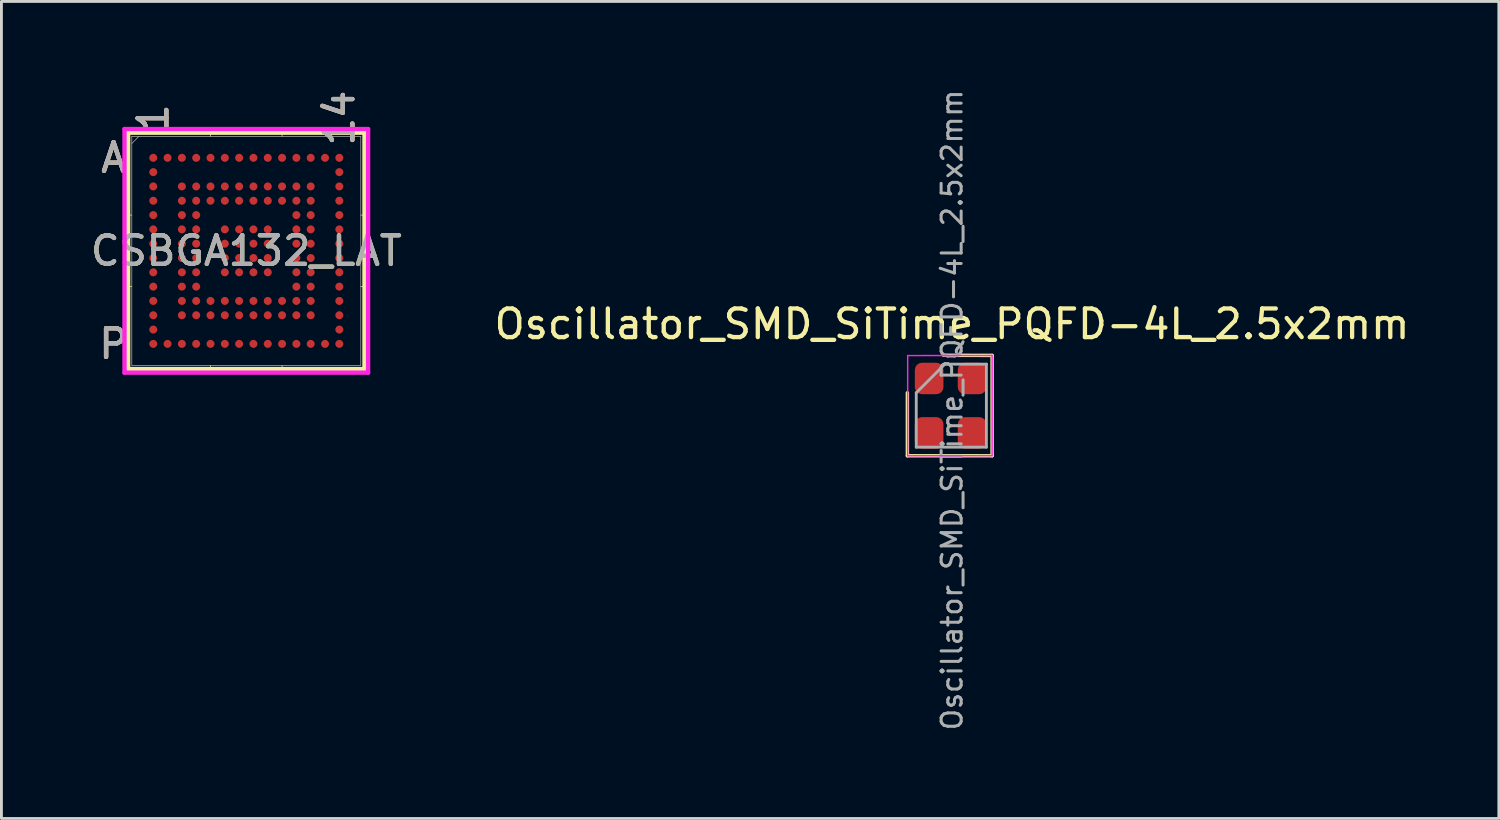
<source format=kicad_pcb>
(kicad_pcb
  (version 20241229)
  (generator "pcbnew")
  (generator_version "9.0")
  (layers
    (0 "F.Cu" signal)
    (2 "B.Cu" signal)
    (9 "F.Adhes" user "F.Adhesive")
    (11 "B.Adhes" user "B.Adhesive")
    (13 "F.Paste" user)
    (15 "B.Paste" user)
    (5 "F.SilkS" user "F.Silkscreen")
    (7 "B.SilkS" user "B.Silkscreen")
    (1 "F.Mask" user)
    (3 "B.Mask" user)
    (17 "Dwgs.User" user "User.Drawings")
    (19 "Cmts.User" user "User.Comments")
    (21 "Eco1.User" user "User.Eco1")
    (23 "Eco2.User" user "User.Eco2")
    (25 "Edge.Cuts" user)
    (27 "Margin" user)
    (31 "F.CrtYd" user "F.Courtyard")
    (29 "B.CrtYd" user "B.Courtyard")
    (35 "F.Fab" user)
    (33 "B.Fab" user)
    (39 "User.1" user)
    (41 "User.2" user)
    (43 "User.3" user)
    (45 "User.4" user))
  (footprint "Oscillator_SMD_SiTime_PQFD-4L_2.5x2mm"
    (layer "F.Cu")
    (at 30.208 11.271)
    (property "Reference" "Oscillator_SMD_SiTime_PQFD-4L_2.5x2mm" (at 0 -3 0) (layer "F.SilkS") (effects (font (size 1 1) (thickness 0.15))))
    (attr smd)
    (fp_line (start -1.56 -0.6) (end -1.56 1.6) (stroke (width 0.12) (type solid)) (layer "F.SilkS"))
    (fp_line (start 1.4 -1.905) (end -0.3 -1.91) (stroke (width 0.12) (type solid)) (layer "F.SilkS"))
    (fp_line (start 1.4 -1.905) (end 1.4 1.6) (stroke (width 0.12) (type solid)) (layer "F.SilkS"))
    (fp_line (start 1.4 1.6) (end -1.56 1.6) (stroke (width 0.12) (type solid)) (layer "F.SilkS"))
    (fp_line (start -1.55 -1.9) (end -1.55 1.6) (stroke (width 0.05) (type solid)) (layer "F.CrtYd"))
    (fp_line (start -1.55 1.6) (end 1.4 1.597) (stroke (width 0.05) (type solid)) (layer "F.CrtYd"))
    (fp_line (start 1.4 -1.903) (end -1.55 -1.9) (stroke (width 0.05) (type solid)) (layer "F.CrtYd"))
    (fp_line (start 1.4 1.597) (end 1.4 -1.903) (stroke (width 0.05) (type solid)) (layer "F.CrtYd"))
    (fp_line (start -1.25 1.3) (end -1.25 -0.6) (stroke (width 0.1) (type solid)) (layer "F.Fab"))
    (fp_line (start -0.25 -1.6) (end -1.25 -0.6) (stroke (width 0.1) (type solid)) (layer "F.Fab"))
    (fp_line (start -0.25 -1.6) (end 1.2 -1.6) (stroke (width 0.1) (type solid)) (layer "F.Fab"))
    (fp_line (start 1.2 -1.6) (end 1.2 1.3) (stroke (width 0.1) (type solid)) (layer "F.Fab"))
    (fp_line (start 1.2 1.3) (end -1.25 1.3) (stroke (width 0.1) (type solid)) (layer "F.Fab"))
    (fp_text user "${REFERENCE}" (at 0 0 270) (layer "F.Fab") (effects (font (size 0.7 0.7) (thickness 0.105))))
    (pad "1" smd roundrect (at 0.7 -1.1) (size 1 1.1) (layers "F.Cu" "F.Mask" "F.Paste") (roundrect_rratio 0.25))
    (pad "2" smd roundrect (at 0.7 0.8) (size 1 1.1) (layers "F.Cu" "F.Mask" "F.Paste") (roundrect_rratio 0.25))
    (pad "3" smd roundrect (at -0.8 0.8) (size 1 1.1) (layers "F.Cu" "F.Mask" "F.Paste") (roundrect_rratio 0.25))
    (pad "4" smd roundrect (at -0.8 -1.1) (size 1 1.1) (layers "F.Cu" "F.Mask" "F.Paste") (roundrect_rratio 0.25)))
  (footprint "CSBGA132_LAT"
    (layer "F.Cu")
    (at 5.554 5.713)
    (property "Reference" "CSBGA132_LAT" (at 0 0 0) (unlocked yes) (layer "F.SilkS") (effects (font (size 1 1) (thickness 0.15))))
    (attr smd)
    (fp_line (start -4.128 -4.128) (end -4.128 4.128) (stroke (width 0.152) (type solid)) (layer "F.SilkS"))
    (fp_line (start -4.128 4.128) (end 4.128 4.128) (stroke (width 0.152) (type solid)) (layer "F.SilkS"))
    (fp_line (start -4 -1.25) (end -4.255 -1.25) (stroke (width 0.025) (type solid)) (layer "F.SilkS"))
    (fp_line (start -4 1.25) (end -4.255 1.25) (stroke (width 0.025) (type solid)) (layer "F.SilkS"))
    (fp_line (start -1.25 -4) (end -1.25 -4.255) (stroke (width 0.025) (type solid)) (layer "F.SilkS"))
    (fp_line (start -1.25 4) (end -1.25 4.255) (stroke (width 0.025) (type solid)) (layer "F.SilkS"))
    (fp_line (start 1.25 -4) (end 1.25 -4.255) (stroke (width 0.025) (type solid)) (layer "F.SilkS"))
    (fp_line (start 1.25 4) (end 1.25 4.255) (stroke (width 0.025) (type solid)) (layer "F.SilkS"))
    (fp_line (start 4 -1.25) (end 4.255 -1.25) (stroke (width 0.025) (type solid)) (layer "F.SilkS"))
    (fp_line (start 4 1.25) (end 4.255 1.25) (stroke (width 0.025) (type solid)) (layer "F.SilkS"))
    (fp_line (start 4.128 -4.128) (end -4.128 -4.128) (stroke (width 0.152) (type solid)) (layer "F.SilkS"))
    (fp_line (start 4.128 4.128) (end 4.128 -4.128) (stroke (width 0.152) (type solid)) (layer "F.SilkS"))
    (fp_poly (pts (xy -3.945 -3.945) (xy 3.945 -3.945) (xy 3.945 3.945) (xy -3.945 3.945)) (stroke (width 0.1) (type solid)) (fill no) (layer "Eco2.User"))
    (fp_line (start -4.255 -4.255) (end 4.255 -4.255) (stroke (width 0.152) (type solid)) (layer "F.CrtYd"))
    (fp_line (start -4.255 4.255) (end -4.255 -4.255) (stroke (width 0.152) (type solid)) (layer "F.CrtYd"))
    (fp_line (start 4.255 -4.255) (end 4.255 4.255) (stroke (width 0.152) (type solid)) (layer "F.CrtYd"))
    (fp_line (start 4.255 4.255) (end -4.255 4.255) (stroke (width 0.152) (type solid)) (layer "F.CrtYd"))
    (fp_line (start -4 -4) (end -4 4) (stroke (width 0.025) (type solid)) (layer "F.Fab"))
    (fp_line (start -4 4) (end 4 4) (stroke (width 0.025) (type solid)) (layer "F.Fab"))
    (fp_line (start -3.751 -4) (end -4 -3.751) (stroke (width 0.025) (type solid)) (layer "F.Fab"))
    (fp_line (start 4 -4) (end -4 -4) (stroke (width 0.025) (type solid)) (layer "F.Fab"))
    (fp_line (start 4 4) (end 4 -4) (stroke (width 0.025) (type solid)) (layer "F.Fab"))
    (fp_text user "1" (at -3.25 -4.636 90) (unlocked yes) (layer "F.SilkS") (effects (font (size 1 1) (thickness 0.15))))
    (fp_text user "A" (at -4.636 -3.25 0) (unlocked yes) (layer "F.SilkS") (effects (font (size 1 1) (thickness 0.15))))
    (fp_text user "P" (at -4.636 3.25 0) (unlocked yes) (layer "F.SilkS") (effects (font (size 1 1) (thickness 0.15))))
    (fp_text user "14" (at 3.25 -4.636 90) (unlocked yes) (layer "F.SilkS") (effects (font (size 1 1) (thickness 0.15))))
    (fp_text user "1" (at -3.25 -4.636 90) (unlocked yes) (layer "B.SilkS") (effects (font (size 1 1) (thickness 0.15))))
    (fp_text user "A" (at -4.636 -3.25 0) (unlocked yes) (layer "B.SilkS") (effects (font (size 1 1) (thickness 0.15))))
    (fp_text user "P" (at -4.636 3.25 0) (unlocked yes) (layer "B.SilkS") (effects (font (size 1 1) (thickness 0.15))))
    (fp_text user "14" (at 3.25 -4.636 90) (unlocked yes) (layer "B.SilkS") (effects (font (size 1 1) (thickness 0.15))))
    (fp_text user "P" (at -4.636 3.25 0) (unlocked yes) (layer "F.Fab") (effects (font (size 1 1) (thickness 0.15))))
    (fp_text user "1" (at -3.25 -4.636 90) (unlocked yes) (layer "F.Fab") (effects (font (size 1 1) (thickness 0.15))))
    (fp_text user "A" (at -4.636 -3.25 0) (unlocked yes) (layer "F.Fab") (effects (font (size 1 1) (thickness 0.15))))
    (fp_text user "${REFERENCE}" (at 0 0 0) (unlocked yes) (layer "F.Fab") (effects (font (size 1 1) (thickness 0.15))))
    (fp_text user "14" (at 3.25 -4.636 90) (unlocked yes) (layer "F.Fab") (effects (font (size 1 1) (thickness 0.15))))
    (pad "A1" smd circle (at -3.25 -3.25) (size 0.279 0.279) (layers "F.Cu" "F.Mask" "F.Paste"))
    (pad "A2" smd circle (at -2.75 -3.25) (size 0.279 0.279) (layers "F.Cu" "F.Mask" "F.Paste"))
    (pad "A3" smd circle (at -2.25 -3.25) (size 0.279 0.279) (layers "F.Cu" "F.Mask" "F.Paste"))
    (pad "A4" smd circle (at -1.75 -3.25) (size 0.279 0.279) (layers "F.Cu" "F.Mask" "F.Paste"))
    (pad "A5" smd circle (at -1.25 -3.25) (size 0.279 0.279) (layers "F.Cu" "F.Mask" "F.Paste"))
    (pad "A6" smd circle (at -0.75 -3.25) (size 0.279 0.279) (layers "F.Cu" "F.Mask" "F.Paste"))
    (pad "A7" smd circle (at -0.25 -3.25) (size 0.279 0.279) (layers "F.Cu" "F.Mask" "F.Paste"))
    (pad "A8" smd circle (at 0.25 -3.25) (size 0.279 0.279) (layers "F.Cu" "F.Mask" "F.Paste"))
    (pad "A9" smd circle (at 0.75 -3.25) (size 0.279 0.279) (layers "F.Cu" "F.Mask" "F.Paste"))
    (pad "A10" smd circle (at 1.25 -3.25) (size 0.279 0.279) (layers "F.Cu" "F.Mask" "F.Paste"))
    (pad "A11" smd circle (at 1.75 -3.25) (size 0.279 0.279) (layers "F.Cu" "F.Mask" "F.Paste"))
    (pad "A12" smd circle (at 2.25 -3.25) (size 0.279 0.279) (layers "F.Cu" "F.Mask" "F.Paste"))
    (pad "A13" smd circle (at 2.75 -3.25) (size 0.279 0.279) (layers "F.Cu" "F.Mask" "F.Paste"))
    (pad "A14" smd circle (at 3.25 -3.25) (size 0.279 0.279) (layers "F.Cu" "F.Mask" "F.Paste"))
    (pad "B1" smd circle (at -3.25 -2.75) (size 0.279 0.279) (layers "F.Cu" "F.Mask" "F.Paste"))
    (pad "B14" smd circle (at 3.25 -2.75) (size 0.279 0.279) (layers "F.Cu" "F.Mask" "F.Paste"))
    (pad "C1" smd circle (at -3.25 -2.25) (size 0.279 0.279) (layers "F.Cu" "F.Mask" "F.Paste"))
    (pad "C3" smd circle (at -2.25 -2.25) (size 0.279 0.279) (layers "F.Cu" "F.Mask" "F.Paste"))
    (pad "C4" smd circle (at -1.75 -2.25) (size 0.279 0.279) (layers "F.Cu" "F.Mask" "F.Paste"))
    (pad "C5" smd circle (at -1.25 -2.25) (size 0.279 0.279) (layers "F.Cu" "F.Mask" "F.Paste"))
    (pad "C6" smd circle (at -0.75 -2.25) (size 0.279 0.279) (layers "F.Cu" "F.Mask" "F.Paste"))
    (pad "C7" smd circle (at -0.25 -2.25) (size 0.279 0.279) (layers "F.Cu" "F.Mask" "F.Paste"))
    (pad "C8" smd circle (at 0.25 -2.25) (size 0.279 0.279) (layers "F.Cu" "F.Mask" "F.Paste"))
    (pad "C9" smd circle (at 0.75 -2.25) (size 0.279 0.279) (layers "F.Cu" "F.Mask" "F.Paste"))
    (pad "C10" smd circle (at 1.25 -2.25) (size 0.279 0.279) (layers "F.Cu" "F.Mask" "F.Paste"))
    (pad "C11" smd circle (at 1.75 -2.25) (size 0.279 0.279) (layers "F.Cu" "F.Mask" "F.Paste"))
    (pad "C12" smd circle (at 2.25 -2.25) (size 0.279 0.279) (layers "F.Cu" "F.Mask" "F.Paste"))
    (pad "C14" smd circle (at 3.25 -2.25) (size 0.279 0.279) (layers "F.Cu" "F.Mask" "F.Paste"))
    (pad "D1" smd circle (at -3.25 -1.75) (size 0.279 0.279) (layers "F.Cu" "F.Mask" "F.Paste"))
    (pad "D3" smd circle (at -2.25 -1.75) (size 0.279 0.279) (layers "F.Cu" "F.Mask" "F.Paste"))
    (pad "D4" smd circle (at -1.75 -1.75) (size 0.279 0.279) (layers "F.Cu" "F.Mask" "F.Paste"))
    (pad "D5" smd circle (at -1.25 -1.75) (size 0.279 0.279) (layers "F.Cu" "F.Mask" "F.Paste"))
    (pad "D6" smd circle (at -0.75 -1.75) (size 0.279 0.279) (layers "F.Cu" "F.Mask" "F.Paste"))
    (pad "D7" smd circle (at -0.25 -1.75) (size 0.279 0.279) (layers "F.Cu" "F.Mask" "F.Paste"))
    (pad "D8" smd circle (at 0.25 -1.75) (size 0.279 0.279) (layers "F.Cu" "F.Mask" "F.Paste"))
    (pad "D9" smd circle (at 0.75 -1.75) (size 0.279 0.279) (layers "F.Cu" "F.Mask" "F.Paste"))
    (pad "D10" smd circle (at 1.25 -1.75) (size 0.279 0.279) (layers "F.Cu" "F.Mask" "F.Paste"))
    (pad "D11" smd circle (at 1.75 -1.75) (size 0.279 0.279) (layers "F.Cu" "F.Mask" "F.Paste"))
    (pad "D12" smd circle (at 2.25 -1.75) (size 0.279 0.279) (layers "F.Cu" "F.Mask" "F.Paste"))
    (pad "D14" smd circle (at 3.25 -1.75) (size 0.279 0.279) (layers "F.Cu" "F.Mask" "F.Paste"))
    (pad "E1" smd circle (at -3.25 -1.25) (size 0.279 0.279) (layers "F.Cu" "F.Mask" "F.Paste"))
    (pad "E3" smd circle (at -2.25 -1.25) (size 0.279 0.279) (layers "F.Cu" "F.Mask" "F.Paste"))
    (pad "E4" smd circle (at -1.75 -1.25) (size 0.279 0.279) (layers "F.Cu" "F.Mask" "F.Paste"))
    (pad "E11" smd circle (at 1.75 -1.25) (size 0.279 0.279) (layers "F.Cu" "F.Mask" "F.Paste"))
    (pad "E12" smd circle (at 2.25 -1.25) (size 0.279 0.279) (layers "F.Cu" "F.Mask" "F.Paste"))
    (pad "E14" smd circle (at 3.25 -1.25) (size 0.279 0.279) (layers "F.Cu" "F.Mask" "F.Paste"))
    (pad "F1" smd circle (at -3.25 -0.75) (size 0.279 0.279) (layers "F.Cu" "F.Mask" "F.Paste"))
    (pad "F3" smd circle (at -2.25 -0.75) (size 0.279 0.279) (layers "F.Cu" "F.Mask" "F.Paste"))
    (pad "F4" smd circle (at -1.75 -0.75) (size 0.279 0.279) (layers "F.Cu" "F.Mask" "F.Paste"))
    (pad "F6" smd circle (at -0.75 -0.75) (size 0.279 0.279) (layers "F.Cu" "F.Mask" "F.Paste"))
    (pad "F7" smd circle (at -0.25 -0.75) (size 0.279 0.279) (layers "F.Cu" "F.Mask" "F.Paste"))
    (pad "F8" smd circle (at 0.25 -0.75) (size 0.279 0.279) (layers "F.Cu" "F.Mask" "F.Paste"))
    (pad "F9" smd circle (at 0.75 -0.75) (size 0.279 0.279) (layers "F.Cu" "F.Mask" "F.Paste"))
    (pad "F11" smd circle (at 1.75 -0.75) (size 0.279 0.279) (layers "F.Cu" "F.Mask" "F.Paste"))
    (pad "F12" smd circle (at 2.25 -0.75) (size 0.279 0.279) (layers "F.Cu" "F.Mask" "F.Paste"))
    (pad "F14" smd circle (at 3.25 -0.75) (size 0.279 0.279) (layers "F.Cu" "F.Mask" "F.Paste"))
    (pad "G1" smd circle (at -3.25 -0.25) (size 0.279 0.279) (layers "F.Cu" "F.Mask" "F.Paste"))
    (pad "G3" smd circle (at -2.25 -0.25) (size 0.279 0.279) (layers "F.Cu" "F.Mask" "F.Paste"))
    (pad "G4" smd circle (at -1.75 -0.25) (size 0.279 0.279) (layers "F.Cu" "F.Mask" "F.Paste"))
    (pad "G6" smd circle (at -0.75 -0.25) (size 0.279 0.279) (layers "F.Cu" "F.Mask" "F.Paste"))
    (pad "G7" smd circle (at -0.25 -0.25) (size 0.279 0.279) (layers "F.Cu" "F.Mask" "F.Paste"))
    (pad "G8" smd circle (at 0.25 -0.25) (size 0.279 0.279) (layers "F.Cu" "F.Mask" "F.Paste"))
    (pad "G9" smd circle (at 0.75 -0.25) (size 0.279 0.279) (layers "F.Cu" "F.Mask" "F.Paste"))
    (pad "G11" smd circle (at 1.75 -0.25) (size 0.279 0.279) (layers "F.Cu" "F.Mask" "F.Paste"))
    (pad "G12" smd circle (at 2.25 -0.25) (size 0.279 0.279) (layers "F.Cu" "F.Mask" "F.Paste"))
    (pad "G14" smd circle (at 3.25 -0.25) (size 0.279 0.279) (layers "F.Cu" "F.Mask" "F.Paste"))
    (pad "H1" smd circle (at -3.25 0.25) (size 0.279 0.279) (layers "F.Cu" "F.Mask" "F.Paste"))
    (pad "H3" smd circle (at -2.25 0.25) (size 0.279 0.279) (layers "F.Cu" "F.Mask" "F.Paste"))
    (pad "H4" smd circle (at -1.75 0.25) (size 0.279 0.279) (layers "F.Cu" "F.Mask" "F.Paste"))
    (pad "H6" smd circle (at -0.75 0.25) (size 0.279 0.279) (layers "F.Cu" "F.Mask" "F.Paste"))
    (pad "H7" smd circle (at -0.25 0.25) (size 0.279 0.279) (layers "F.Cu" "F.Mask" "F.Paste"))
    (pad "H8" smd circle (at 0.25 0.25) (size 0.279 0.279) (layers "F.Cu" "F.Mask" "F.Paste"))
    (pad "H9" smd circle (at 0.75 0.25) (size 0.279 0.279) (layers "F.Cu" "F.Mask" "F.Paste"))
    (pad "H11" smd circle (at 1.75 0.25) (size 0.279 0.279) (layers "F.Cu" "F.Mask" "F.Paste"))
    (pad "H12" smd circle (at 2.25 0.25) (size 0.279 0.279) (layers "F.Cu" "F.Mask" "F.Paste"))
    (pad "H14" smd circle (at 3.25 0.25) (size 0.279 0.279) (layers "F.Cu" "F.Mask" "F.Paste"))
    (pad "J1" smd circle (at -3.25 0.75) (size 0.279 0.279) (layers "F.Cu" "F.Mask" "F.Paste"))
    (pad "J3" smd circle (at -2.25 0.75) (size 0.279 0.279) (layers "F.Cu" "F.Mask" "F.Paste"))
    (pad "J4" smd circle (at -1.75 0.75) (size 0.279 0.279) (layers "F.Cu" "F.Mask" "F.Paste"))
    (pad "J6" smd circle (at -0.75 0.75) (size 0.279 0.279) (layers "F.Cu" "F.Mask" "F.Paste"))
    (pad "J7" smd circle (at -0.25 0.75) (size 0.279 0.279) (layers "F.Cu" "F.Mask" "F.Paste"))
    (pad "J8" smd circle (at 0.25 0.75) (size 0.279 0.279) (layers "F.Cu" "F.Mask" "F.Paste"))
    (pad "J9" smd circle (at 0.75 0.75) (size 0.279 0.279) (layers "F.Cu" "F.Mask" "F.Paste"))
    (pad "J11" smd circle (at 1.75 0.75) (size 0.279 0.279) (layers "F.Cu" "F.Mask" "F.Paste"))
    (pad "J12" smd circle (at 2.25 0.75) (size 0.279 0.279) (layers "F.Cu" "F.Mask" "F.Paste"))
    (pad "J14" smd circle (at 3.25 0.75) (size 0.279 0.279) (layers "F.Cu" "F.Mask" "F.Paste"))
    (pad "K1" smd circle (at -3.25 1.25) (size 0.279 0.279) (layers "F.Cu" "F.Mask" "F.Paste"))
    (pad "K3" smd circle (at -2.25 1.25) (size 0.279 0.279) (layers "F.Cu" "F.Mask" "F.Paste"))
    (pad "K4" smd circle (at -1.75 1.25) (size 0.279 0.279) (layers "F.Cu" "F.Mask" "F.Paste"))
    (pad "K11" smd circle (at 1.75 1.25) (size 0.279 0.279) (layers "F.Cu" "F.Mask" "F.Paste"))
    (pad "K12" smd circle (at 2.25 1.25) (size 0.279 0.279) (layers "F.Cu" "F.Mask" "F.Paste"))
    (pad "K14" smd circle (at 3.25 1.25) (size 0.279 0.279) (layers "F.Cu" "F.Mask" "F.Paste"))
    (pad "L1" smd circle (at -3.25 1.75) (size 0.279 0.279) (layers "F.Cu" "F.Mask" "F.Paste"))
    (pad "L3" smd circle (at -2.25 1.75) (size 0.279 0.279) (layers "F.Cu" "F.Mask" "F.Paste"))
    (pad "L4" smd circle (at -1.75 1.75) (size 0.279 0.279) (layers "F.Cu" "F.Mask" "F.Paste"))
    (pad "L5" smd circle (at -1.25 1.75) (size 0.279 0.279) (layers "F.Cu" "F.Mask" "F.Paste"))
    (pad "L6" smd circle (at -0.75 1.75) (size 0.279 0.279) (layers "F.Cu" "F.Mask" "F.Paste"))
    (pad "L7" smd circle (at -0.25 1.75) (size 0.279 0.279) (layers "F.Cu" "F.Mask" "F.Paste"))
    (pad "L8" smd circle (at 0.25 1.75) (size 0.279 0.279) (layers "F.Cu" "F.Mask" "F.Paste"))
    (pad "L9" smd circle (at 0.75 1.75) (size 0.279 0.279) (layers "F.Cu" "F.Mask" "F.Paste"))
    (pad "L10" smd circle (at 1.25 1.75) (size 0.279 0.279) (layers "F.Cu" "F.Mask" "F.Paste"))
    (pad "L11" smd circle (at 1.75 1.75) (size 0.279 0.279) (layers "F.Cu" "F.Mask" "F.Paste"))
    (pad "L12" smd circle (at 2.25 1.75) (size 0.279 0.279) (layers "F.Cu" "F.Mask" "F.Paste"))
    (pad "L14" smd circle (at 3.25 1.75) (size 0.279 0.279) (layers "F.Cu" "F.Mask" "F.Paste"))
    (pad "M1" smd circle (at -3.25 2.25) (size 0.279 0.279) (layers "F.Cu" "F.Mask" "F.Paste"))
    (pad "M3" smd circle (at -2.25 2.25) (size 0.279 0.279) (layers "F.Cu" "F.Mask" "F.Paste"))
    (pad "M4" smd circle (at -1.75 2.25) (size 0.279 0.279) (layers "F.Cu" "F.Mask" "F.Paste"))
    (pad "M5" smd circle (at -1.25 2.25) (size 0.279 0.279) (layers "F.Cu" "F.Mask" "F.Paste"))
    (pad "M6" smd circle (at -0.75 2.25) (size 0.279 0.279) (layers "F.Cu" "F.Mask" "F.Paste"))
    (pad "M7" smd circle (at -0.25 2.25) (size 0.279 0.279) (layers "F.Cu" "F.Mask" "F.Paste"))
    (pad "M8" smd circle (at 0.25 2.25) (size 0.279 0.279) (layers "F.Cu" "F.Mask" "F.Paste"))
    (pad "M9" smd circle (at 0.75 2.25) (size 0.279 0.279) (layers "F.Cu" "F.Mask" "F.Paste"))
    (pad "M10" smd circle (at 1.25 2.25) (size 0.279 0.279) (layers "F.Cu" "F.Mask" "F.Paste"))
    (pad "M11" smd circle (at 1.75 2.25) (size 0.279 0.279) (layers "F.Cu" "F.Mask" "F.Paste"))
    (pad "M12" smd circle (at 2.25 2.25) (size 0.279 0.279) (layers "F.Cu" "F.Mask" "F.Paste"))
    (pad "M14" smd circle (at 3.25 2.25) (size 0.279 0.279) (layers "F.Cu" "F.Mask" "F.Paste"))
    (pad "N1" smd circle (at -3.25 2.75) (size 0.279 0.279) (layers "F.Cu" "F.Mask" "F.Paste"))
    (pad "N14" smd circle (at 3.25 2.75) (size 0.279 0.279) (layers "F.Cu" "F.Mask" "F.Paste"))
    (pad "P1" smd circle (at -3.25 3.25) (size 0.279 0.279) (layers "F.Cu" "F.Mask" "F.Paste"))
    (pad "P2" smd circle (at -2.75 3.25) (size 0.279 0.279) (layers "F.Cu" "F.Mask" "F.Paste"))
    (pad "P3" smd circle (at -2.25 3.25) (size 0.279 0.279) (layers "F.Cu" "F.Mask" "F.Paste"))
    (pad "P4" smd circle (at -1.75 3.25) (size 0.279 0.279) (layers "F.Cu" "F.Mask" "F.Paste"))
    (pad "P5" smd circle (at -1.25 3.25) (size 0.279 0.279) (layers "F.Cu" "F.Mask" "F.Paste"))
    (pad "P6" smd circle (at -0.75 3.25) (size 0.279 0.279) (layers "F.Cu" "F.Mask" "F.Paste"))
    (pad "P7" smd circle (at -0.25 3.25) (size 0.279 0.279) (layers "F.Cu" "F.Mask" "F.Paste"))
    (pad "P8" smd circle (at 0.25 3.25) (size 0.279 0.279) (layers "F.Cu" "F.Mask" "F.Paste"))
    (pad "P9" smd circle (at 0.75 3.25) (size 0.279 0.279) (layers "F.Cu" "F.Mask" "F.Paste"))
    (pad "P10" smd circle (at 1.25 3.25) (size 0.279 0.279) (layers "F.Cu" "F.Mask" "F.Paste"))
    (pad "P11" smd circle (at 1.75 3.25) (size 0.279 0.279) (layers "F.Cu" "F.Mask" "F.Paste"))
    (pad "P12" smd circle (at 2.25 3.25) (size 0.279 0.279) (layers "F.Cu" "F.Mask" "F.Paste"))
    (pad "P13" smd circle (at 2.75 3.25) (size 0.279 0.279) (layers "F.Cu" "F.Mask" "F.Paste"))
    (pad "P14" smd circle (at 3.25 3.25) (size 0.279 0.279) (layers "F.Cu" "F.Mask" "F.Paste")))
  (gr_rect
    (start -3 -3)
    (end 49.31 25.542)
    (stroke (width 0.1) (type default))
    (fill no)
    (layer "Edge.Cuts")))
</source>
